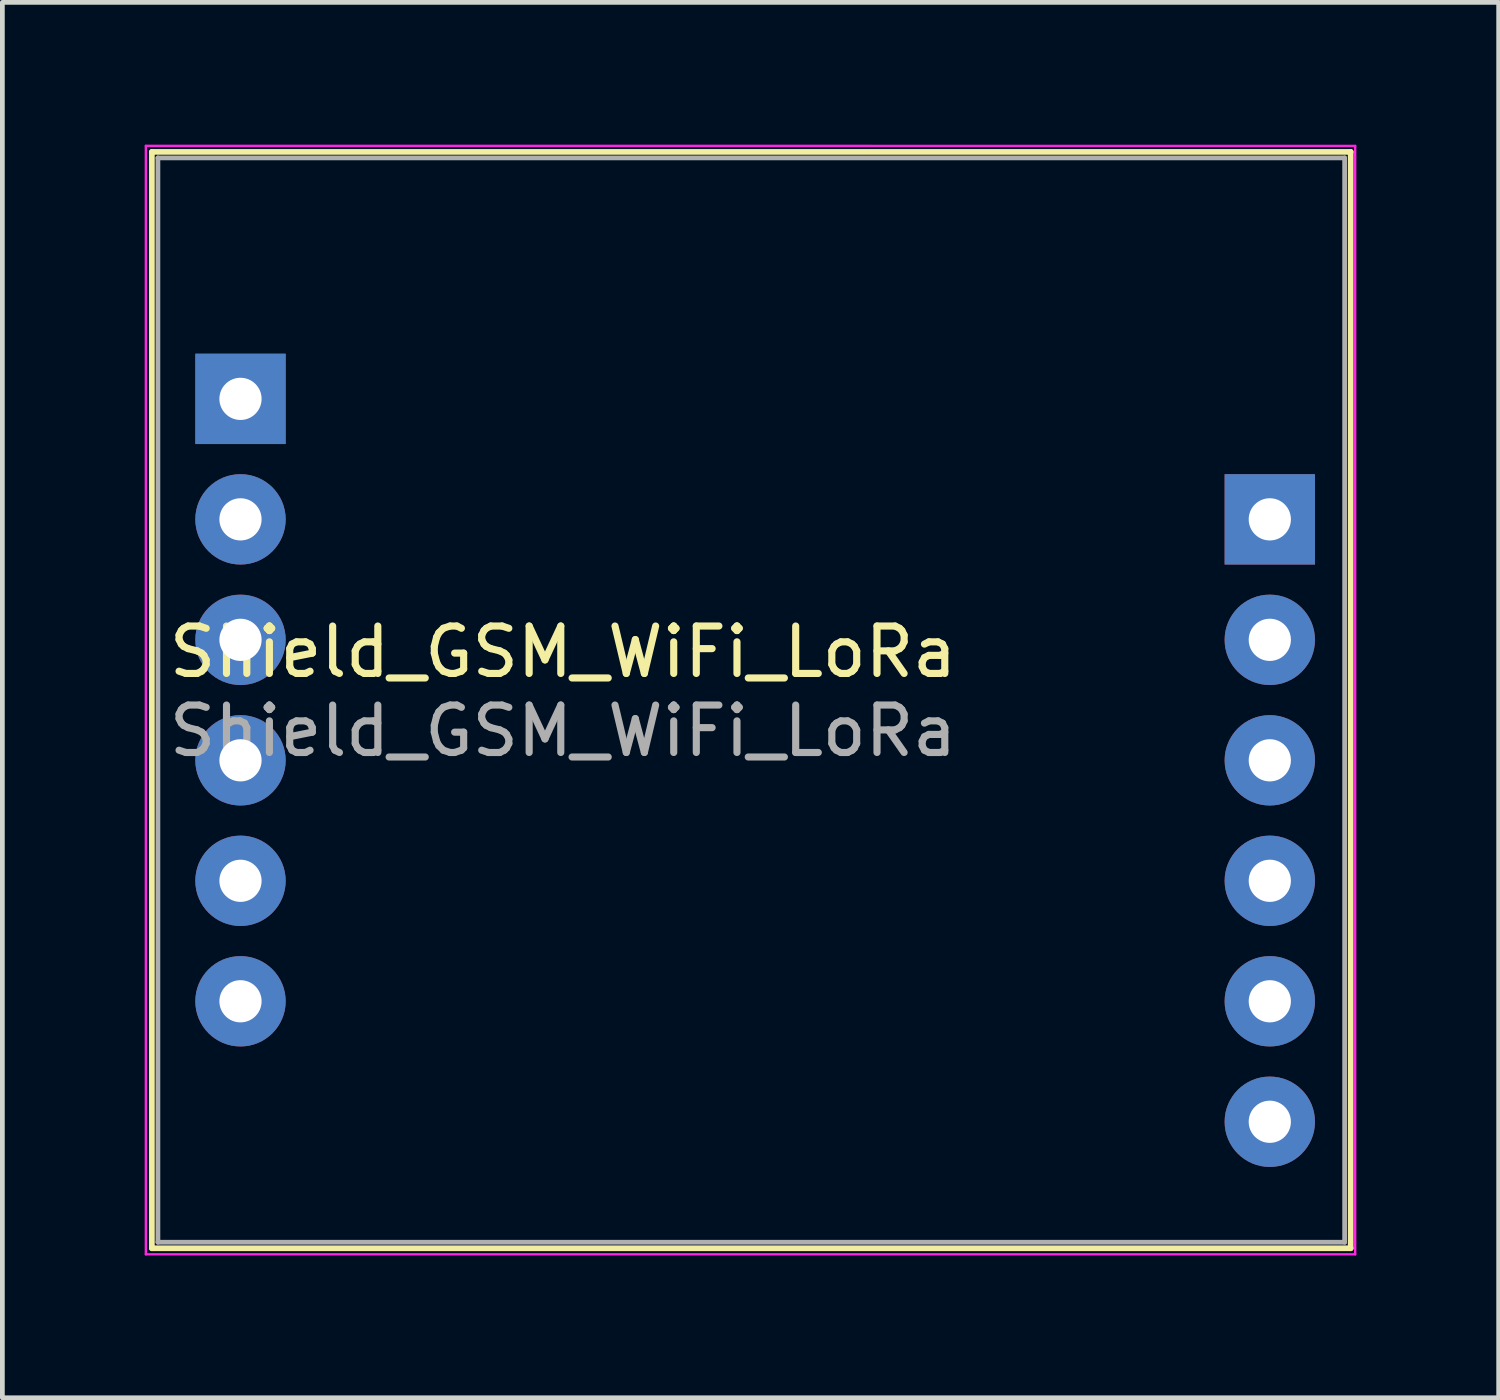
<source format=kicad_pcb>
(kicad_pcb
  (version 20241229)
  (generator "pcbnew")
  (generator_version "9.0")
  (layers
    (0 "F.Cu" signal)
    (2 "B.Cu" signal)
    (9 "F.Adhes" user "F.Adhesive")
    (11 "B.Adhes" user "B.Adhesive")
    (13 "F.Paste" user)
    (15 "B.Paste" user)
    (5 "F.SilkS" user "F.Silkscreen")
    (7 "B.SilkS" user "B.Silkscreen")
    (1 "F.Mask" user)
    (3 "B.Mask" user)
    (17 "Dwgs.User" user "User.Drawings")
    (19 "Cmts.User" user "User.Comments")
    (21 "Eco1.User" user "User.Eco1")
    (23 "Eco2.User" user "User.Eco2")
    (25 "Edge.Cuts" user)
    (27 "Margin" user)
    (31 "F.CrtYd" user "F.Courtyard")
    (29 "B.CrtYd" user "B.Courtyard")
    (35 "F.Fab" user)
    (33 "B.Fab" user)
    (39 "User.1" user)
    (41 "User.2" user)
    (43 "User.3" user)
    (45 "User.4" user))
  (footprint "Shield_GSM_WiFi_LoRa"
    (layer "F.Cu")
    (at 2.02 5.359)
    (property "Reference" "Shield_GSM_WiFi_LoRa" (at 6.8 5.334 0) (layer "F.SilkS") (effects (font (size 1 1) (thickness 0.15))))
    (attr through_hole)
    (fp_line (start -1.868 -5.207) (end -1.868 17.907) (stroke (width 0.12) (type solid)) (layer "F.SilkS"))
    (fp_line (start -1.868 -5.207) (end 23.405 -5.207) (stroke (width 0.12) (type solid)) (layer "F.SilkS"))
    (fp_line (start 23.405 -5.207) (end 23.405 17.907) (stroke (width 0.12) (type solid)) (layer "F.SilkS"))
    (fp_line (start 23.405 17.907) (end -1.868 17.907) (stroke (width 0.12) (type solid)) (layer "F.SilkS"))
    (fp_line (start -1.995 -5.334) (end -1.995 18.034) (stroke (width 0.05) (type solid)) (layer "F.CrtYd"))
    (fp_line (start -1.995 -5.334) (end 23.5 -5.333) (stroke (width 0.05) (type solid)) (layer "F.CrtYd"))
    (fp_line (start 23.5 -5.333) (end 23.5 18.034) (stroke (width 0.05) (type solid)) (layer "F.CrtYd"))
    (fp_line (start 23.5 18.034) (end -1.995 18.034) (stroke (width 0.05) (type solid)) (layer "F.CrtYd"))
    (fp_line (start -1.741 -5.08) (end -1.741 17.78) (stroke (width 0.1) (type solid)) (layer "F.Fab"))
    (fp_line (start -1.741 -5.08) (end 23.278 -5.08) (stroke (width 0.1) (type solid)) (layer "F.Fab"))
    (fp_line (start 23.278 -5.08) (end 23.278 17.78) (stroke (width 0.1) (type solid)) (layer "F.Fab"))
    (fp_line (start 23.278 17.78) (end -1.741 17.78) (stroke (width 0.1) (type solid)) (layer "F.Fab"))
    (fp_text user "${REFERENCE}" (at 6.8 7 0) (layer "F.Fab") (effects (font (size 1 1) (thickness 0.15))))
    (pad "1" thru_hole rect (at 0 0 90) (size 1.905 1.905) (drill 0.89) (layers "*.Cu" "*.Mask"))
    (pad "2" thru_hole circle (at 0 2.54 90) (size 1.905 1.905) (drill 0.89) (layers "*.Cu" "*.Mask"))
    (pad "3" thru_hole circle (at 0 5.08 90) (size 1.905 1.905) (drill 0.89) (layers "*.Cu" "*.Mask"))
    (pad "4" thru_hole circle (at 0 7.62 90) (size 1.905 1.905) (drill 0.89) (layers "*.Cu" "*.Mask"))
    (pad "5" thru_hole circle (at 0 10.16 90) (size 1.905 1.905) (drill 0.89) (layers "*.Cu" "*.Mask"))
    (pad "6" thru_hole circle (at 0 12.7 90) (size 1.905 1.905) (drill 0.89) (layers "*.Cu" "*.Mask"))
    (pad "7" thru_hole circle (at 21.7 15.24 90) (size 1.905 1.905) (drill 0.89) (layers "*.Cu" "*.Mask"))
    (pad "8" thru_hole circle (at 21.7 12.7 90) (size 1.905 1.905) (drill 0.89) (layers "*.Cu" "*.Mask"))
    (pad "9" thru_hole circle (at 21.7 10.16 90) (size 1.905 1.905) (drill 0.89) (layers "*.Cu" "*.Mask"))
    (pad "10" thru_hole circle (at 21.7 7.62 90) (size 1.905 1.905) (drill 0.89) (layers "*.Cu" "*.Mask"))
    (pad "11" thru_hole circle (at 21.7 5.08 90) (size 1.905 1.905) (drill 0.89) (layers "*.Cu" "*.Mask"))
    (pad "12" thru_hole rect (at 21.7 2.54 90) (size 1.905 1.905) (drill 0.89) (layers "*.Cu" "*.Mask")))
  (gr_rect
    (start -3 -3)
    (end 28.545 26.418)
    (stroke (width 0.1) (type default))
    (fill no)
    (layer "Edge.Cuts")))
</source>
